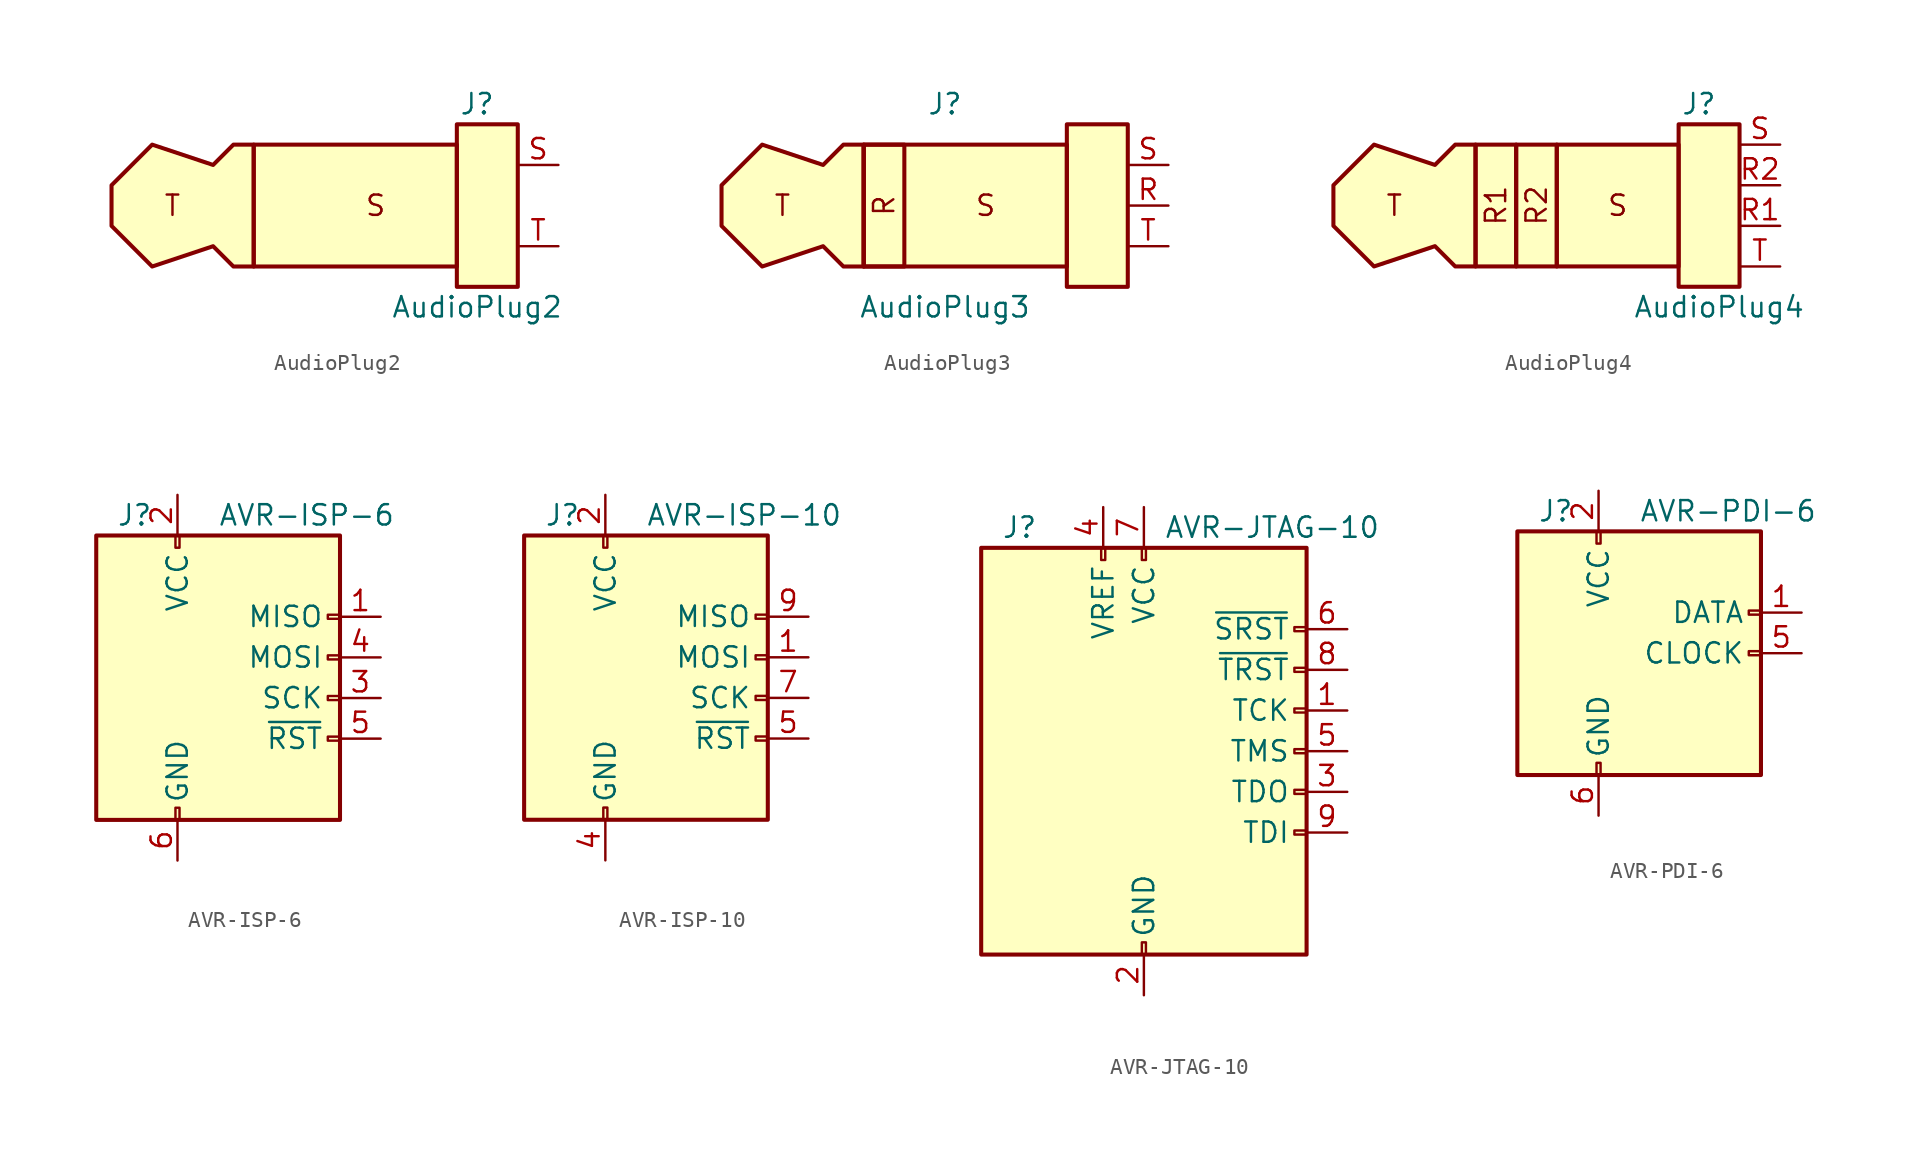
<source format=kicad_sym>
(kicad_symbol_lib
  (version 20201005)
  (generator kicad_symbol_editor)
  (symbol "AudioPlug2"
    (property "Reference" "J"
      (at 10.16 6.35 0)
      (effects (font (size 1.27 1.27))))
    (property "Value" "AudioPlug2"
      (at 10.16 -6.35 0)
      (effects (font (size 1.27 1.27))))
    (symbol "AudioPlug2_0_0"
      (text "S" (at 3.81 0 0) (effects (font (size 1.27 1.27))))
      (text "T" (at -8.89 0 0) (effects (font (size 1.27 1.27)))))
    (symbol "AudioPlug2_0_1"
      (rectangle (start -3.81 3.81) (end 8.89 -3.81) (stroke (width 0.254)) (fill (type background)))
      (rectangle (start 12.7 5.08) (end 8.89 -5.08) (stroke (width 0.254)) (fill (type background)))
      (polyline (pts (xy -3.81 3.81) (xy -5.08 3.81) (xy -6.35 2.54) (xy -10.16 3.81) (xy -12.7 1.27) (xy -12.7 -1.27) (xy -10.16 -3.81) (xy -6.35 -2.54) (xy -5.08 -3.81) (xy -3.81 -3.81) (xy -3.81 3.81)) (stroke (width 0.254)) (fill (type background))))
    (symbol "AudioPlug2_1_1"
      (pin passive line (at 15.24 2.54 180) (length 2.54) (name "~" (effects (font (size 1.27 1.27)))) (number "S" (effects (font (size 1.27 1.27)))))
      (pin passive line (at 15.24 -2.54 180) (length 2.54) (name "~" (effects (font (size 1.27 1.27)))) (number "T" (effects (font (size 1.27 1.27)))))))
  (symbol "AudioPlug3"
    (property "Reference" "J"
      (at 1.27 6.35 0)
      (effects (font (size 1.27 1.27))))
    (property "Value" "AudioPlug3"
      (at 1.27 -6.35 0)
      (effects (font (size 1.27 1.27))))
    (symbol "AudioPlug3_0_0"
      (text "R" (at -2.54 0 900) (effects (font (size 1.27 1.27)))))
    (symbol "AudioPlug3_0_1"
      (rectangle (start -3.81 3.81) (end -1.27 -3.81) (stroke (width 0.254)) (fill (type none)))
      (rectangle (start -1.27 -1.27) (end -1.27 -1.27) (stroke (width 0)) (fill (type none))))
    (symbol "AudioPlug3_1_0"
      (text "S" (at 3.81 0 0) (effects (font (size 1.27 1.27))))
      (text "T" (at -8.89 0 0) (effects (font (size 1.27 1.27)))))
    (symbol "AudioPlug3_1_1"
      (rectangle (start -3.81 3.81) (end 8.89 -3.81) (stroke (width 0.254)) (fill (type background)))
      (rectangle (start 12.7 5.08) (end 8.89 -5.08) (stroke (width 0.254)) (fill (type background)))
      (polyline (pts (xy -3.81 3.81) (xy -5.08 3.81) (xy -6.35 2.54) (xy -10.16 3.81) (xy -12.7 1.27) (xy -12.7 -1.27) (xy -10.16 -3.81) (xy -6.35 -2.54) (xy -5.08 -3.81) (xy -3.81 -3.81) (xy -3.81 3.81)) (stroke (width 0.254)) (fill (type background)))
      (pin passive line (at 15.24 0 180) (length 2.54) (name "~" (effects (font (size 1.27 1.27)))) (number "R" (effects (font (size 1.27 1.27)))))
      (pin passive line (at 15.24 2.54 180) (length 2.54) (name "~" (effects (font (size 1.27 1.27)))) (number "S" (effects (font (size 1.27 1.27)))))
      (pin passive line (at 15.24 -2.54 180) (length 2.54) (name "~" (effects (font (size 1.27 1.27)))) (number "T" (effects (font (size 1.27 1.27)))))))
  (symbol "AudioPlug4"
    (property "Reference" "J"
      (at 10.16 5.08 0)
      (effects (font (size 1.27 1.27))))
    (property "Value" "AudioPlug4"
      (at 11.43 -7.62 0)
      (effects (font (size 1.27 1.27))))
    (symbol "AudioPlug4_0_0"
      (text "R1" (at -2.54 -1.27 900) (effects (font (size 1.27 1.27))))
      (text "R2" (at 0 -1.27 900) (effects (font (size 1.27 1.27))))
      (text "S" (at 5.08 -1.27 0) (effects (font (size 1.27 1.27))))
      (text "T" (at -8.89 -1.27 0) (effects (font (size 1.27 1.27)))))
    (symbol "AudioPlug4_0_1"
      (rectangle (start -1.27 2.54) (end -3.81 -5.08) (stroke (width 0.254)) (fill (type background)))
      (rectangle (start 1.27 2.54) (end -1.27 -5.08) (stroke (width 0.254)) (fill (type background)))
      (rectangle (start 1.27 2.54) (end 8.89 -5.08) (stroke (width 0.254)) (fill (type background)))
      (rectangle (start 12.7 3.81) (end 8.89 -6.35) (stroke (width 0.254)) (fill (type background)))
      (polyline (pts (xy -3.81 2.54) (xy -5.08 2.54) (xy -6.35 1.27) (xy -10.16 2.54) (xy -12.7 0) (xy -12.7 -2.54) (xy -10.16 -5.08) (xy -6.35 -3.81) (xy -5.08 -5.08) (xy -3.81 -5.08) (xy -3.81 2.54)) (stroke (width 0.254)) (fill (type background))))
    (symbol "AudioPlug4_1_1"
      (pin passive line (at 15.24 -2.54 180) (length 2.54) (name "~" (effects (font (size 1.27 1.27)))) (number "R1" (effects (font (size 1.27 1.27)))))
      (pin passive line (at 15.24 0 180) (length 2.54) (name "~" (effects (font (size 1.27 1.27)))) (number "R2" (effects (font (size 1.27 1.27)))))
      (pin passive line (at 15.24 2.54 180) (length 2.54) (name "~" (effects (font (size 1.27 1.27)))) (number "S" (effects (font (size 1.27 1.27)))))
      (pin passive line (at 15.24 -5.08 180) (length 2.54) (name "~" (effects (font (size 1.27 1.27)))) (number "T" (effects (font (size 1.27 1.27)))))))
  (symbol "AVR-ISP-6"
    (pin_names
      (offset 1.016))
    (property "Reference" "J"
      (at -6.35 11.43 0)
      (effects (font (size 1.27 1.27)) (justify left)))
    (property "Value" "AVR-ISP-6"
      (at 0 11.43 0)
      (effects (font (size 1.27 1.27)) (justify left)))
    (symbol "AVR-ISP-6_0_1"
      (rectangle (start -2.667 -6.858) (end -2.413 -7.62) (stroke (width 0)) (fill (type none)))
      (rectangle (start -2.667 10.16) (end -2.413 9.398) (stroke (width 0)) (fill (type none)))
      (rectangle (start 7.62 -2.413) (end 6.858 -2.667) (stroke (width 0)) (fill (type none)))
      (rectangle (start 7.62 0.127) (end 6.858 -0.127) (stroke (width 0)) (fill (type none)))
      (rectangle (start 7.62 2.667) (end 6.858 2.413) (stroke (width 0)) (fill (type none)))
      (rectangle (start 7.62 5.207) (end 6.858 4.953) (stroke (width 0)) (fill (type none)))
      (rectangle (start 7.62 10.16) (end -7.62 -7.62) (stroke (width 0.254)) (fill (type background))))
    (symbol "AVR-ISP-6_1_1"
      (pin passive line (at 10.16 5.08 180) (length 2.54) (name "MISO" (effects (font (size 1.27 1.27)))) (number "1" (effects (font (size 1.27 1.27)))))
      (pin passive line (at -2.54 12.7 270) (length 2.54) (name "VCC" (effects (font (size 1.27 1.27)))) (number "2" (effects (font (size 1.27 1.27)))))
      (pin passive line (at 10.16 0 180) (length 2.54) (name "SCK" (effects (font (size 1.27 1.27)))) (number "3" (effects (font (size 1.27 1.27)))))
      (pin passive line (at 10.16 2.54 180) (length 2.54) (name "MOSI" (effects (font (size 1.27 1.27)))) (number "4" (effects (font (size 1.27 1.27)))))
      (pin passive line (at 10.16 -2.54 180) (length 2.54) (name "~RST" (effects (font (size 1.27 1.27)))) (number "5" (effects (font (size 1.27 1.27)))))
      (pin passive line (at -2.54 -10.16 90) (length 2.54) (name "GND" (effects (font (size 1.27 1.27)))) (number "6" (effects (font (size 1.27 1.27)))))))
  (symbol "AVR-ISP-10"
    (pin_names
      (offset 1.016))
    (property "Reference" "J"
      (at -6.35 11.43 0)
      (effects (font (size 1.27 1.27)) (justify left)))
    (property "Value" "AVR-ISP-10"
      (at 0 11.43 0)
      (effects (font (size 1.27 1.27)) (justify left)))
    (symbol "AVR-ISP-10_0_1"
      (rectangle (start -2.667 -6.858) (end -2.413 -7.62) (stroke (width 0)) (fill (type none)))
      (rectangle (start -2.667 10.16) (end -2.413 9.398) (stroke (width 0)) (fill (type none)))
      (rectangle (start 7.62 -2.413) (end 6.858 -2.667) (stroke (width 0)) (fill (type none)))
      (rectangle (start 7.62 0.127) (end 6.858 -0.127) (stroke (width 0)) (fill (type none)))
      (rectangle (start 7.62 2.667) (end 6.858 2.413) (stroke (width 0)) (fill (type none)))
      (rectangle (start 7.62 5.207) (end 6.858 4.953) (stroke (width 0)) (fill (type none)))
      (rectangle (start 7.62 10.16) (end -7.62 -7.62) (stroke (width 0.254)) (fill (type background))))
    (symbol "AVR-ISP-10_1_1"
      (pin passive line (at 10.16 2.54 180) (length 2.54) (name "MOSI" (effects (font (size 1.27 1.27)))) (number "1" (effects (font (size 1.27 1.27)))))
      (pin passive line (at -2.54 -10.16 90) (length 2.54) hide (name "GND" (effects (font (size 1.27 1.27)))) (number "10" (effects (font (size 1.27 1.27)))))
      (pin passive line (at -2.54 12.7 270) (length 2.54) (name "VCC" (effects (font (size 1.27 1.27)))) (number "2" (effects (font (size 1.27 1.27)))))
      (pin unconnected line (at 7.62 -5.08 180) (length 2.54) hide (name "NC" (effects (font (size 1.27 1.27)))) (number "3" (effects (font (size 1.27 1.27)))))
      (pin passive line (at -2.54 -10.16 90) (length 2.54) (name "GND" (effects (font (size 1.27 1.27)))) (number "4" (effects (font (size 1.27 1.27)))))
      (pin passive line (at 10.16 -2.54 180) (length 2.54) (name "~RST" (effects (font (size 1.27 1.27)))) (number "5" (effects (font (size 1.27 1.27)))))
      (pin passive line (at -2.54 -10.16 90) (length 2.54) hide (name "GND" (effects (font (size 1.27 1.27)))) (number "6" (effects (font (size 1.27 1.27)))))
      (pin passive line (at 10.16 0 180) (length 2.54) (name "SCK" (effects (font (size 1.27 1.27)))) (number "7" (effects (font (size 1.27 1.27)))))
      (pin passive line (at -2.54 -10.16 90) (length 2.54) hide (name "GND" (effects (font (size 1.27 1.27)))) (number "8" (effects (font (size 1.27 1.27)))))
      (pin passive line (at 10.16 5.08 180) (length 2.54) (name "MISO" (effects (font (size 1.27 1.27)))) (number "9" (effects (font (size 1.27 1.27)))))))
  (symbol "AVR-JTAG-10"
    (pin_names
      (offset 1.016))
    (property "Reference" "J"
      (at -8.89 13.97 0)
      (effects (font (size 1.27 1.27)) (justify left)))
    (property "Value" "AVR-JTAG-10"
      (at 1.27 13.97 0)
      (effects (font (size 1.27 1.27)) (justify left)))
    (symbol "AVR-JTAG-10_0_1"
      (rectangle (start -2.667 12.7) (end -2.413 11.938) (stroke (width 0)) (fill (type none)))
      (rectangle (start -0.127 -11.938) (end 0.127 -12.7) (stroke (width 0)) (fill (type none)))
      (rectangle (start -0.127 12.7) (end 0.127 11.938) (stroke (width 0)) (fill (type none)))
      (rectangle (start 10.16 -4.953) (end 9.398 -5.207) (stroke (width 0)) (fill (type none)))
      (rectangle (start 10.16 -2.413) (end 9.398 -2.667) (stroke (width 0)) (fill (type none)))
      (rectangle (start 10.16 0.127) (end 9.398 -0.127) (stroke (width 0)) (fill (type none)))
      (rectangle (start 10.16 2.667) (end 9.398 2.413) (stroke (width 0)) (fill (type none)))
      (rectangle (start 10.16 5.207) (end 9.398 4.953) (stroke (width 0)) (fill (type none)))
      (rectangle (start 10.16 7.747) (end 9.398 7.493) (stroke (width 0)) (fill (type none)))
      (rectangle (start 10.16 12.7) (end -10.16 -12.7) (stroke (width 0.254)) (fill (type background))))
    (symbol "AVR-JTAG-10_1_1"
      (pin passive line (at 12.7 2.54 180) (length 2.54) (name "TCK" (effects (font (size 1.27 1.27)))) (number "1" (effects (font (size 1.27 1.27)))))
      (pin passive line (at 0 -15.24 90) (length 2.54) hide (name "GND" (effects (font (size 1.27 1.27)))) (number "10" (effects (font (size 1.27 1.27)))))
      (pin passive line (at 0 -15.24 90) (length 2.54) (name "GND" (effects (font (size 1.27 1.27)))) (number "2" (effects (font (size 1.27 1.27)))))
      (pin passive line (at 12.7 -2.54 180) (length 2.54) (name "TDO" (effects (font (size 1.27 1.27)))) (number "3" (effects (font (size 1.27 1.27)))))
      (pin passive line (at -2.54 15.24 270) (length 2.54) (name "VREF" (effects (font (size 1.27 1.27)))) (number "4" (effects (font (size 1.27 1.27)))))
      (pin passive line (at 12.7 0 180) (length 2.54) (name "TMS" (effects (font (size 1.27 1.27)))) (number "5" (effects (font (size 1.27 1.27)))))
      (pin passive line (at 12.7 7.62 180) (length 2.54) (name "~SRST" (effects (font (size 1.27 1.27)))) (number "6" (effects (font (size 1.27 1.27)))))
      (pin passive line (at 0 15.24 270) (length 2.54) (name "VCC" (effects (font (size 1.27 1.27)))) (number "7" (effects (font (size 1.27 1.27)))))
      (pin passive line (at 12.7 5.08 180) (length 2.54) (name "~TRST" (effects (font (size 1.27 1.27)))) (number "8" (effects (font (size 1.27 1.27)))))
      (pin passive line (at 12.7 -5.08 180) (length 2.54) (name "TDI" (effects (font (size 1.27 1.27)))) (number "9" (effects (font (size 1.27 1.27)))))))
  (symbol "AVR-PDI-6"
    (pin_names
      (offset 1.016))
    (property "Reference" "J"
      (at -6.35 8.89 0)
      (effects (font (size 1.27 1.27)) (justify left)))
    (property "Value" "AVR-PDI-6"
      (at 0 8.89 0)
      (effects (font (size 1.27 1.27)) (justify left)))
    (symbol "AVR-PDI-6_0_1"
      (rectangle (start -2.667 -6.858) (end -2.413 -7.62) (stroke (width 0)) (fill (type none)))
      (rectangle (start -2.667 7.62) (end -2.413 6.858) (stroke (width 0)) (fill (type none)))
      (rectangle (start 7.62 0.127) (end 6.858 -0.127) (stroke (width 0)) (fill (type none)))
      (rectangle (start 7.62 2.667) (end 6.858 2.413) (stroke (width 0)) (fill (type none)))
      (rectangle (start 7.62 7.62) (end -7.62 -7.62) (stroke (width 0.254)) (fill (type background))))
    (symbol "AVR-PDI-6_1_1"
      (pin passive line (at 10.16 2.54 180) (length 2.54) (name "DATA" (effects (font (size 1.27 1.27)))) (number "1" (effects (font (size 1.27 1.27)))))
      (pin passive line (at -2.54 10.16 270) (length 2.54) (name "VCC" (effects (font (size 1.27 1.27)))) (number "2" (effects (font (size 1.27 1.27)))))
      (pin unconnected line (at 7.62 -2.54 180) (length 2.54) hide (name "NC" (effects (font (size 1.27 1.27)))) (number "3" (effects (font (size 1.27 1.27)))))
      (pin unconnected line (at 7.62 -5.08 180) (length 2.54) hide (name "NC" (effects (font (size 1.27 1.27)))) (number "4" (effects (font (size 1.27 1.27)))))
      (pin passive line (at 10.16 0 180) (length 2.54) (name "CLOCK" (effects (font (size 1.27 1.27)))) (number "5" (effects (font (size 1.27 1.27)))))
      (pin passive line (at -2.54 -10.16 90) (length 2.54) (name "GND" (effects (font (size 1.27 1.27)))) (number "6" (effects (font (size 1.27 1.27))))))))
</source>
